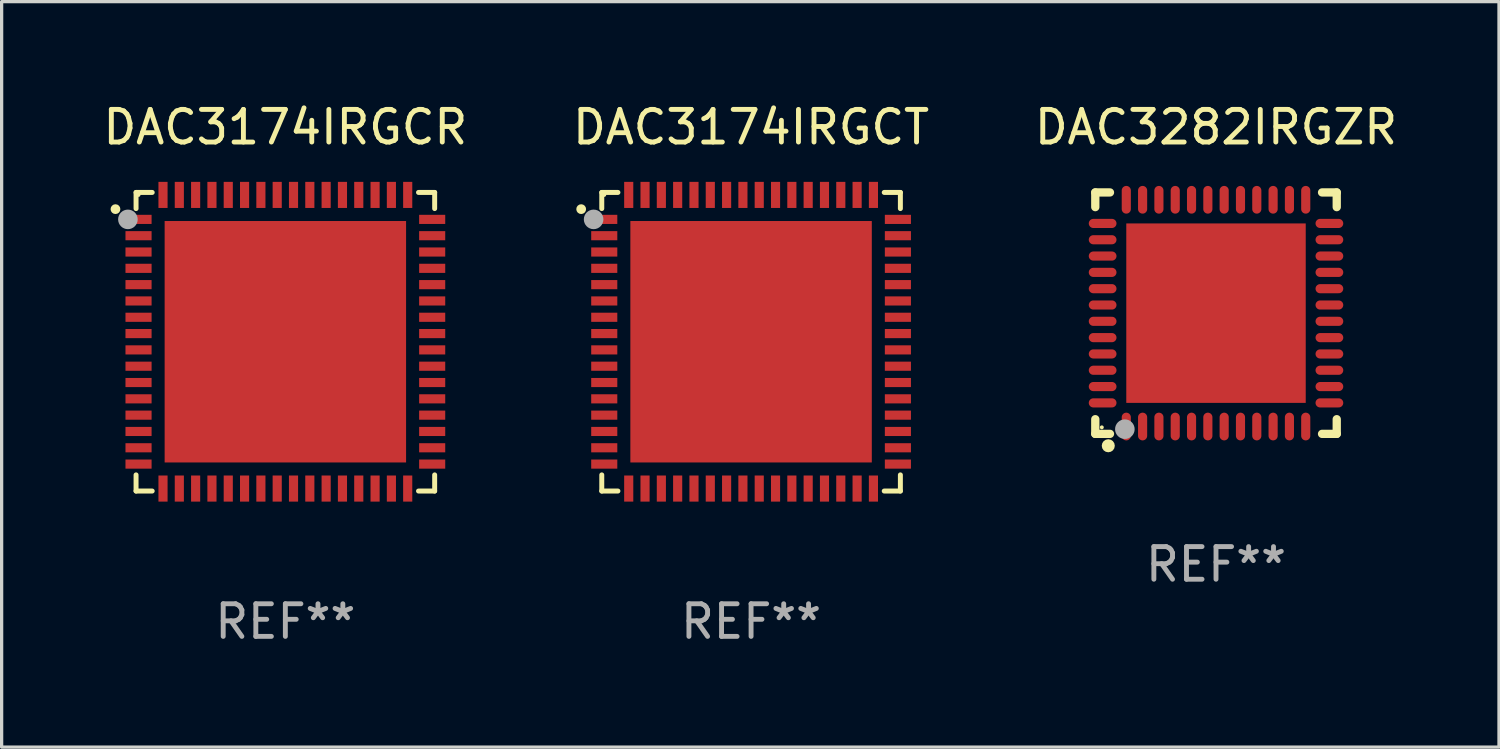
<source format=kicad_pcb>
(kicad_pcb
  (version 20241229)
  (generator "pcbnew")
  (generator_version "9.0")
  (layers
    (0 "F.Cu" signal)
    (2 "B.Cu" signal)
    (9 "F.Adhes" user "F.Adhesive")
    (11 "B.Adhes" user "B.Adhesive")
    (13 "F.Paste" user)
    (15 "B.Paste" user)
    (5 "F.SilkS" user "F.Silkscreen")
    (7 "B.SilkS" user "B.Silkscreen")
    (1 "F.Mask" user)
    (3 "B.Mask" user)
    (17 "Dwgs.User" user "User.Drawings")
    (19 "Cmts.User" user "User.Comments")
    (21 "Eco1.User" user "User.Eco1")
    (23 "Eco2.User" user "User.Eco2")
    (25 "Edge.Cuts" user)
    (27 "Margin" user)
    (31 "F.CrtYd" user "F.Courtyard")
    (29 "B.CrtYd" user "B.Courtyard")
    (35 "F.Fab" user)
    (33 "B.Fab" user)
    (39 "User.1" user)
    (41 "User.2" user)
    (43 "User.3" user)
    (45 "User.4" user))
  (footprint "DAC3174IRGCR"
    (layer "F.Cu")
    (at 5.696 7.424)
    (property "Reference" "DAC3174IRGCR" (at 0 -6.576 0) (layer "F.SilkS") (effects (font (size 1 1) (thickness 0.15))))
    (attr through_hole)
    (fp_line (start -4.576 -4.576) (end -4.576 -4.081) (stroke (width 0.152) (type solid)) (layer "F.SilkS"))
    (fp_line (start -4.576 4.576) (end -4.576 4.081) (stroke (width 0.152) (type solid)) (layer "F.SilkS"))
    (fp_line (start -4.081 -4.576) (end -4.576 -4.576) (stroke (width 0.152) (type solid)) (layer "F.SilkS"))
    (fp_line (start -4.081 4.576) (end -4.576 4.576) (stroke (width 0.152) (type solid)) (layer "F.SilkS"))
    (fp_line (start 4.081 -4.576) (end 4.576 -4.576) (stroke (width 0.152) (type solid)) (layer "F.SilkS"))
    (fp_line (start 4.081 4.576) (end 4.576 4.576) (stroke (width 0.152) (type solid)) (layer "F.SilkS"))
    (fp_line (start 4.576 -4.576) (end 4.576 -4.081) (stroke (width 0.152) (type solid)) (layer "F.SilkS"))
    (fp_line (start 4.576 4.576) (end 4.576 4.081) (stroke (width 0.152) (type solid)) (layer "F.SilkS"))
    (fp_circle (center -5.207 -4.064) (end -5.132 -4.064) (stroke (width 0.15) (type solid)) (fill no) (layer "F.SilkS"))
    (fp_circle (center -4.5 -4.5) (end -4.47 -4.5) (stroke (width 0.06) (type solid)) (fill no) (layer "F.SilkS"))
    (fp_circle (center -4.826 -3.75) (end -4.676 -3.75) (stroke (width 0.3) (type solid)) (fill no) (layer "F.Fab"))
    (fp_text user "REF**" (at 0 8.576 0) (layer "F.Fab") (effects (font (size 1 1) (thickness 0.15))))
    (pad "1" smd rect (at -4.5 -3.75) (size 0.8 0.28) (layers "F.Cu" "F.Mask" "F.Paste"))
    (pad "2" smd rect (at -4.5 -3.25) (size 0.8 0.28) (layers "F.Cu" "F.Mask" "F.Paste"))
    (pad "3" smd rect (at -4.5 -2.75) (size 0.8 0.28) (layers "F.Cu" "F.Mask" "F.Paste"))
    (pad "4" smd rect (at -4.5 -2.25) (size 0.8 0.28) (layers "F.Cu" "F.Mask" "F.Paste"))
    (pad "5" smd rect (at -4.5 -1.75) (size 0.8 0.28) (layers "F.Cu" "F.Mask" "F.Paste"))
    (pad "6" smd rect (at -4.5 -1.25) (size 0.8 0.28) (layers "F.Cu" "F.Mask" "F.Paste"))
    (pad "7" smd rect (at -4.5 -0.75) (size 0.8 0.28) (layers "F.Cu" "F.Mask" "F.Paste"))
    (pad "8" smd rect (at -4.5 -0.25) (size 0.8 0.28) (layers "F.Cu" "F.Mask" "F.Paste"))
    (pad "9" smd rect (at -4.5 0.25) (size 0.8 0.28) (layers "F.Cu" "F.Mask" "F.Paste"))
    (pad "10" smd rect (at -4.5 0.75) (size 0.8 0.28) (layers "F.Cu" "F.Mask" "F.Paste"))
    (pad "11" smd rect (at -4.5 1.25) (size 0.8 0.28) (layers "F.Cu" "F.Mask" "F.Paste"))
    (pad "12" smd rect (at -4.5 1.75) (size 0.8 0.28) (layers "F.Cu" "F.Mask" "F.Paste"))
    (pad "13" smd rect (at -4.5 2.25) (size 0.8 0.28) (layers "F.Cu" "F.Mask" "F.Paste"))
    (pad "14" smd rect (at -4.5 2.75) (size 0.8 0.28) (layers "F.Cu" "F.Mask" "F.Paste"))
    (pad "15" smd rect (at -4.5 3.25) (size 0.8 0.28) (layers "F.Cu" "F.Mask" "F.Paste"))
    (pad "16" smd rect (at -4.5 3.75) (size 0.8 0.28) (layers "F.Cu" "F.Mask" "F.Paste"))
    (pad "17" smd rect (at -3.75 4.5) (size 0.28 0.8) (layers "F.Cu" "F.Mask" "F.Paste"))
    (pad "18" smd rect (at -3.25 4.5) (size 0.28 0.8) (layers "F.Cu" "F.Mask" "F.Paste"))
    (pad "19" smd rect (at -2.75 4.5) (size 0.28 0.8) (layers "F.Cu" "F.Mask" "F.Paste"))
    (pad "20" smd rect (at -2.25 4.5) (size 0.28 0.8) (layers "F.Cu" "F.Mask" "F.Paste"))
    (pad "21" smd rect (at -1.75 4.5) (size 0.28 0.8) (layers "F.Cu" "F.Mask" "F.Paste"))
    (pad "22" smd rect (at -1.25 4.5) (size 0.28 0.8) (layers "F.Cu" "F.Mask" "F.Paste"))
    (pad "23" smd rect (at -0.75 4.5) (size 0.28 0.8) (layers "F.Cu" "F.Mask" "F.Paste"))
    (pad "24" smd rect (at -0.25 4.5) (size 0.28 0.8) (layers "F.Cu" "F.Mask" "F.Paste"))
    (pad "25" smd rect (at 0.25 4.5) (size 0.28 0.8) (layers "F.Cu" "F.Mask" "F.Paste"))
    (pad "26" smd rect (at 0.75 4.5) (size 0.28 0.8) (layers "F.Cu" "F.Mask" "F.Paste"))
    (pad "27" smd rect (at 1.25 4.5) (size 0.28 0.8) (layers "F.Cu" "F.Mask" "F.Paste"))
    (pad "28" smd rect (at 1.75 4.5) (size 0.28 0.8) (layers "F.Cu" "F.Mask" "F.Paste"))
    (pad "29" smd rect (at 2.25 4.5) (size 0.28 0.8) (layers "F.Cu" "F.Mask" "F.Paste"))
    (pad "30" smd rect (at 2.75 4.5) (size 0.28 0.8) (layers "F.Cu" "F.Mask" "F.Paste"))
    (pad "31" smd rect (at 3.25 4.5) (size 0.28 0.8) (layers "F.Cu" "F.Mask" "F.Paste"))
    (pad "32" smd rect (at 3.75 4.5) (size 0.28 0.8) (layers "F.Cu" "F.Mask" "F.Paste"))
    (pad "33" smd rect (at 4.5 3.75) (size 0.8 0.28) (layers "F.Cu" "F.Mask" "F.Paste"))
    (pad "34" smd rect (at 4.5 3.25) (size 0.8 0.28) (layers "F.Cu" "F.Mask" "F.Paste"))
    (pad "35" smd rect (at 4.5 2.75) (size 0.8 0.28) (layers "F.Cu" "F.Mask" "F.Paste"))
    (pad "36" smd rect (at 4.5 2.25) (size 0.8 0.28) (layers "F.Cu" "F.Mask" "F.Paste"))
    (pad "37" smd rect (at 4.5 1.75) (size 0.8 0.28) (layers "F.Cu" "F.Mask" "F.Paste"))
    (pad "38" smd rect (at 4.5 1.25) (size 0.8 0.28) (layers "F.Cu" "F.Mask" "F.Paste"))
    (pad "39" smd rect (at 4.5 0.75) (size 0.8 0.28) (layers "F.Cu" "F.Mask" "F.Paste"))
    (pad "40" smd rect (at 4.5 0.25) (size 0.8 0.28) (layers "F.Cu" "F.Mask" "F.Paste"))
    (pad "41" smd rect (at 4.5 -0.25) (size 0.8 0.28) (layers "F.Cu" "F.Mask" "F.Paste"))
    (pad "42" smd rect (at 4.5 -0.75) (size 0.8 0.28) (layers "F.Cu" "F.Mask" "F.Paste"))
    (pad "43" smd rect (at 4.5 -1.25) (size 0.8 0.28) (layers "F.Cu" "F.Mask" "F.Paste"))
    (pad "44" smd rect (at 4.5 -1.75) (size 0.8 0.28) (layers "F.Cu" "F.Mask" "F.Paste"))
    (pad "45" smd rect (at 4.5 -2.25) (size 0.8 0.28) (layers "F.Cu" "F.Mask" "F.Paste"))
    (pad "46" smd rect (at 4.5 -2.75) (size 0.8 0.28) (layers "F.Cu" "F.Mask" "F.Paste"))
    (pad "47" smd rect (at 4.5 -3.25) (size 0.8 0.28) (layers "F.Cu" "F.Mask" "F.Paste"))
    (pad "48" smd rect (at 4.5 -3.75) (size 0.8 0.28) (layers "F.Cu" "F.Mask" "F.Paste"))
    (pad "49" smd rect (at 3.75 -4.5) (size 0.28 0.8) (layers "F.Cu" "F.Mask" "F.Paste"))
    (pad "50" smd rect (at 3.25 -4.5) (size 0.28 0.8) (layers "F.Cu" "F.Mask" "F.Paste"))
    (pad "51" smd rect (at 2.75 -4.5) (size 0.28 0.8) (layers "F.Cu" "F.Mask" "F.Paste"))
    (pad "52" smd rect (at 2.25 -4.5) (size 0.28 0.8) (layers "F.Cu" "F.Mask" "F.Paste"))
    (pad "53" smd rect (at 1.75 -4.5) (size 0.28 0.8) (layers "F.Cu" "F.Mask" "F.Paste"))
    (pad "54" smd rect (at 1.25 -4.5) (size 0.28 0.8) (layers "F.Cu" "F.Mask" "F.Paste"))
    (pad "55" smd rect (at 0.75 -4.5) (size 0.28 0.8) (layers "F.Cu" "F.Mask" "F.Paste"))
    (pad "56" smd rect (at 0.25 -4.5) (size 0.28 0.8) (layers "F.Cu" "F.Mask" "F.Paste"))
    (pad "57" smd rect (at -0.25 -4.5) (size 0.28 0.8) (layers "F.Cu" "F.Mask" "F.Paste"))
    (pad "58" smd rect (at -0.75 -4.5) (size 0.28 0.8) (layers "F.Cu" "F.Mask" "F.Paste"))
    (pad "59" smd rect (at -1.25 -4.5) (size 0.28 0.8) (layers "F.Cu" "F.Mask" "F.Paste"))
    (pad "60" smd rect (at -1.75 -4.5) (size 0.28 0.8) (layers "F.Cu" "F.Mask" "F.Paste"))
    (pad "61" smd rect (at -2.25 -4.5) (size 0.28 0.8) (layers "F.Cu" "F.Mask" "F.Paste"))
    (pad "62" smd rect (at -2.75 -4.5) (size 0.28 0.8) (layers "F.Cu" "F.Mask" "F.Paste"))
    (pad "63" smd rect (at -3.25 -4.5) (size 0.28 0.8) (layers "F.Cu" "F.Mask" "F.Paste"))
    (pad "64" smd rect (at -3.75 -4.5) (size 0.28 0.8) (layers "F.Cu" "F.Mask" "F.Paste"))
    (pad "65" smd rect (at 0 0) (size 7.4 7.4) (layers "F.Cu" "F.Mask" "F.Paste")))
  (footprint "DAC3174IRGCT"
    (layer "F.Cu")
    (at 19.97 7.424)
    (property "Reference" "DAC3174IRGCT" (at 0 -6.576 0) (layer "F.SilkS") (effects (font (size 1 1) (thickness 0.15))))
    (attr through_hole)
    (fp_line (start -4.576 -4.576) (end -4.576 -4.081) (stroke (width 0.152) (type solid)) (layer "F.SilkS"))
    (fp_line (start -4.576 4.576) (end -4.576 4.081) (stroke (width 0.152) (type solid)) (layer "F.SilkS"))
    (fp_line (start -4.081 -4.576) (end -4.576 -4.576) (stroke (width 0.152) (type solid)) (layer "F.SilkS"))
    (fp_line (start -4.081 4.576) (end -4.576 4.576) (stroke (width 0.152) (type solid)) (layer "F.SilkS"))
    (fp_line (start 4.081 -4.576) (end 4.576 -4.576) (stroke (width 0.152) (type solid)) (layer "F.SilkS"))
    (fp_line (start 4.081 4.576) (end 4.576 4.576) (stroke (width 0.152) (type solid)) (layer "F.SilkS"))
    (fp_line (start 4.576 -4.576) (end 4.576 -4.081) (stroke (width 0.152) (type solid)) (layer "F.SilkS"))
    (fp_line (start 4.576 4.576) (end 4.576 4.081) (stroke (width 0.152) (type solid)) (layer "F.SilkS"))
    (fp_circle (center -5.207 -4.064) (end -5.132 -4.064) (stroke (width 0.15) (type solid)) (fill no) (layer "F.SilkS"))
    (fp_circle (center -4.5 -4.5) (end -4.47 -4.5) (stroke (width 0.06) (type solid)) (fill no) (layer "F.SilkS"))
    (fp_circle (center -4.826 -3.75) (end -4.676 -3.75) (stroke (width 0.3) (type solid)) (fill no) (layer "F.Fab"))
    (fp_text user "REF**" (at 0 8.576 0) (layer "F.Fab") (effects (font (size 1 1) (thickness 0.15))))
    (pad "1" smd rect (at -4.5 -3.75) (size 0.8 0.28) (layers "F.Cu" "F.Mask" "F.Paste"))
    (pad "2" smd rect (at -4.5 -3.25) (size 0.8 0.28) (layers "F.Cu" "F.Mask" "F.Paste"))
    (pad "3" smd rect (at -4.5 -2.75) (size 0.8 0.28) (layers "F.Cu" "F.Mask" "F.Paste"))
    (pad "4" smd rect (at -4.5 -2.25) (size 0.8 0.28) (layers "F.Cu" "F.Mask" "F.Paste"))
    (pad "5" smd rect (at -4.5 -1.75) (size 0.8 0.28) (layers "F.Cu" "F.Mask" "F.Paste"))
    (pad "6" smd rect (at -4.5 -1.25) (size 0.8 0.28) (layers "F.Cu" "F.Mask" "F.Paste"))
    (pad "7" smd rect (at -4.5 -0.75) (size 0.8 0.28) (layers "F.Cu" "F.Mask" "F.Paste"))
    (pad "8" smd rect (at -4.5 -0.25) (size 0.8 0.28) (layers "F.Cu" "F.Mask" "F.Paste"))
    (pad "9" smd rect (at -4.5 0.25) (size 0.8 0.28) (layers "F.Cu" "F.Mask" "F.Paste"))
    (pad "10" smd rect (at -4.5 0.75) (size 0.8 0.28) (layers "F.Cu" "F.Mask" "F.Paste"))
    (pad "11" smd rect (at -4.5 1.25) (size 0.8 0.28) (layers "F.Cu" "F.Mask" "F.Paste"))
    (pad "12" smd rect (at -4.5 1.75) (size 0.8 0.28) (layers "F.Cu" "F.Mask" "F.Paste"))
    (pad "13" smd rect (at -4.5 2.25) (size 0.8 0.28) (layers "F.Cu" "F.Mask" "F.Paste"))
    (pad "14" smd rect (at -4.5 2.75) (size 0.8 0.28) (layers "F.Cu" "F.Mask" "F.Paste"))
    (pad "15" smd rect (at -4.5 3.25) (size 0.8 0.28) (layers "F.Cu" "F.Mask" "F.Paste"))
    (pad "16" smd rect (at -4.5 3.75) (size 0.8 0.28) (layers "F.Cu" "F.Mask" "F.Paste"))
    (pad "17" smd rect (at -3.75 4.5) (size 0.28 0.8) (layers "F.Cu" "F.Mask" "F.Paste"))
    (pad "18" smd rect (at -3.25 4.5) (size 0.28 0.8) (layers "F.Cu" "F.Mask" "F.Paste"))
    (pad "19" smd rect (at -2.75 4.5) (size 0.28 0.8) (layers "F.Cu" "F.Mask" "F.Paste"))
    (pad "20" smd rect (at -2.25 4.5) (size 0.28 0.8) (layers "F.Cu" "F.Mask" "F.Paste"))
    (pad "21" smd rect (at -1.75 4.5) (size 0.28 0.8) (layers "F.Cu" "F.Mask" "F.Paste"))
    (pad "22" smd rect (at -1.25 4.5) (size 0.28 0.8) (layers "F.Cu" "F.Mask" "F.Paste"))
    (pad "23" smd rect (at -0.75 4.5) (size 0.28 0.8) (layers "F.Cu" "F.Mask" "F.Paste"))
    (pad "24" smd rect (at -0.25 4.5) (size 0.28 0.8) (layers "F.Cu" "F.Mask" "F.Paste"))
    (pad "25" smd rect (at 0.25 4.5) (size 0.28 0.8) (layers "F.Cu" "F.Mask" "F.Paste"))
    (pad "26" smd rect (at 0.75 4.5) (size 0.28 0.8) (layers "F.Cu" "F.Mask" "F.Paste"))
    (pad "27" smd rect (at 1.25 4.5) (size 0.28 0.8) (layers "F.Cu" "F.Mask" "F.Paste"))
    (pad "28" smd rect (at 1.75 4.5) (size 0.28 0.8) (layers "F.Cu" "F.Mask" "F.Paste"))
    (pad "29" smd rect (at 2.25 4.5) (size 0.28 0.8) (layers "F.Cu" "F.Mask" "F.Paste"))
    (pad "30" smd rect (at 2.75 4.5) (size 0.28 0.8) (layers "F.Cu" "F.Mask" "F.Paste"))
    (pad "31" smd rect (at 3.25 4.5) (size 0.28 0.8) (layers "F.Cu" "F.Mask" "F.Paste"))
    (pad "32" smd rect (at 3.75 4.5) (size 0.28 0.8) (layers "F.Cu" "F.Mask" "F.Paste"))
    (pad "33" smd rect (at 4.5 3.75) (size 0.8 0.28) (layers "F.Cu" "F.Mask" "F.Paste"))
    (pad "34" smd rect (at 4.5 3.25) (size 0.8 0.28) (layers "F.Cu" "F.Mask" "F.Paste"))
    (pad "35" smd rect (at 4.5 2.75) (size 0.8 0.28) (layers "F.Cu" "F.Mask" "F.Paste"))
    (pad "36" smd rect (at 4.5 2.25) (size 0.8 0.28) (layers "F.Cu" "F.Mask" "F.Paste"))
    (pad "37" smd rect (at 4.5 1.75) (size 0.8 0.28) (layers "F.Cu" "F.Mask" "F.Paste"))
    (pad "38" smd rect (at 4.5 1.25) (size 0.8 0.28) (layers "F.Cu" "F.Mask" "F.Paste"))
    (pad "39" smd rect (at 4.5 0.75) (size 0.8 0.28) (layers "F.Cu" "F.Mask" "F.Paste"))
    (pad "40" smd rect (at 4.5 0.25) (size 0.8 0.28) (layers "F.Cu" "F.Mask" "F.Paste"))
    (pad "41" smd rect (at 4.5 -0.25) (size 0.8 0.28) (layers "F.Cu" "F.Mask" "F.Paste"))
    (pad "42" smd rect (at 4.5 -0.75) (size 0.8 0.28) (layers "F.Cu" "F.Mask" "F.Paste"))
    (pad "43" smd rect (at 4.5 -1.25) (size 0.8 0.28) (layers "F.Cu" "F.Mask" "F.Paste"))
    (pad "44" smd rect (at 4.5 -1.75) (size 0.8 0.28) (layers "F.Cu" "F.Mask" "F.Paste"))
    (pad "45" smd rect (at 4.5 -2.25) (size 0.8 0.28) (layers "F.Cu" "F.Mask" "F.Paste"))
    (pad "46" smd rect (at 4.5 -2.75) (size 0.8 0.28) (layers "F.Cu" "F.Mask" "F.Paste"))
    (pad "47" smd rect (at 4.5 -3.25) (size 0.8 0.28) (layers "F.Cu" "F.Mask" "F.Paste"))
    (pad "48" smd rect (at 4.5 -3.75) (size 0.8 0.28) (layers "F.Cu" "F.Mask" "F.Paste"))
    (pad "49" smd rect (at 3.75 -4.5) (size 0.28 0.8) (layers "F.Cu" "F.Mask" "F.Paste"))
    (pad "50" smd rect (at 3.25 -4.5) (size 0.28 0.8) (layers "F.Cu" "F.Mask" "F.Paste"))
    (pad "51" smd rect (at 2.75 -4.5) (size 0.28 0.8) (layers "F.Cu" "F.Mask" "F.Paste"))
    (pad "52" smd rect (at 2.25 -4.5) (size 0.28 0.8) (layers "F.Cu" "F.Mask" "F.Paste"))
    (pad "53" smd rect (at 1.75 -4.5) (size 0.28 0.8) (layers "F.Cu" "F.Mask" "F.Paste"))
    (pad "54" smd rect (at 1.25 -4.5) (size 0.28 0.8) (layers "F.Cu" "F.Mask" "F.Paste"))
    (pad "55" smd rect (at 0.75 -4.5) (size 0.28 0.8) (layers "F.Cu" "F.Mask" "F.Paste"))
    (pad "56" smd rect (at 0.25 -4.5) (size 0.28 0.8) (layers "F.Cu" "F.Mask" "F.Paste"))
    (pad "57" smd rect (at -0.25 -4.5) (size 0.28 0.8) (layers "F.Cu" "F.Mask" "F.Paste"))
    (pad "58" smd rect (at -0.75 -4.5) (size 0.28 0.8) (layers "F.Cu" "F.Mask" "F.Paste"))
    (pad "59" smd rect (at -1.25 -4.5) (size 0.28 0.8) (layers "F.Cu" "F.Mask" "F.Paste"))
    (pad "60" smd rect (at -1.75 -4.5) (size 0.28 0.8) (layers "F.Cu" "F.Mask" "F.Paste"))
    (pad "61" smd rect (at -2.25 -4.5) (size 0.28 0.8) (layers "F.Cu" "F.Mask" "F.Paste"))
    (pad "62" smd rect (at -2.75 -4.5) (size 0.28 0.8) (layers "F.Cu" "F.Mask" "F.Paste"))
    (pad "63" smd rect (at -3.25 -4.5) (size 0.28 0.8) (layers "F.Cu" "F.Mask" "F.Paste"))
    (pad "64" smd rect (at -3.75 -4.5) (size 0.28 0.8) (layers "F.Cu" "F.Mask" "F.Paste"))
    (pad "65" smd rect (at 0 0) (size 7.4 7.4) (layers "F.Cu" "F.Mask" "F.Paste")))
  (footprint "DAC3282IRGZR"
    (layer "F.Cu")
    (at 34.22 6.548)
    (property "Reference" "DAC3282IRGZR" (at 0 -5.7 0) (layer "F.SilkS") (effects (font (size 1 1) (thickness 0.15))))
    (attr through_hole)
    (fp_line (start -3.7 -3.7) (end -3.25 -3.7) (stroke (width 0.254) (type solid)) (layer "F.SilkS"))
    (fp_line (start -3.7 -3.25) (end -3.7 -3.7) (stroke (width 0.254) (type solid)) (layer "F.SilkS"))
    (fp_line (start -3.7 3.7) (end -3.7 3.25) (stroke (width 0.254) (type solid)) (layer "F.SilkS"))
    (fp_line (start -3.25 3.7) (end -3.7 3.7) (stroke (width 0.254) (type solid)) (layer "F.SilkS"))
    (fp_line (start 3.25 3.7) (end 3.7 3.7) (stroke (width 0.254) (type solid)) (layer "F.SilkS"))
    (fp_line (start 3.7 -3.7) (end 3.25 -3.7) (stroke (width 0.254) (type solid)) (layer "F.SilkS"))
    (fp_line (start 3.7 -3.25) (end 3.7 -3.7) (stroke (width 0.254) (type solid)) (layer "F.SilkS"))
    (fp_line (start 3.7 3.7) (end 3.7 3.25) (stroke (width 0.254) (type solid)) (layer "F.SilkS"))
    (fp_circle (center -3.5 3.5) (end -3.47 3.5) (stroke (width 0.06) (type solid)) (fill no) (layer "F.SilkS"))
    (fp_circle (center -3.302 4.064) (end -3.202 4.064) (stroke (width 0.2) (type solid)) (fill no) (layer "F.SilkS"))
    (fp_circle (center -2.794 3.556) (end -2.644 3.556) (stroke (width 0.3) (type solid)) (fill no) (layer "F.Fab"))
    (fp_text user "REF**" (at 0 7.7 0) (layer "F.Fab") (effects (font (size 1 1) (thickness 0.15))))
    (pad "1" smd oval (at -2.75 3.475) (size 0.28 0.85) (layers "F.Cu" "F.Mask" "F.Paste"))
    (pad "2" smd oval (at -2.25 3.475) (size 0.28 0.85) (layers "F.Cu" "F.Mask" "F.Paste"))
    (pad "3" smd oval (at -1.75 3.475) (size 0.28 0.85) (layers "F.Cu" "F.Mask" "F.Paste"))
    (pad "4" smd oval (at -1.25 3.475) (size 0.28 0.85) (layers "F.Cu" "F.Mask" "F.Paste"))
    (pad "5" smd oval (at -0.75 3.475) (size 0.28 0.85) (layers "F.Cu" "F.Mask" "F.Paste"))
    (pad "6" smd oval (at -0.25 3.475) (size 0.28 0.85) (layers "F.Cu" "F.Mask" "F.Paste"))
    (pad "7" smd oval (at 0.25 3.475) (size 0.28 0.85) (layers "F.Cu" "F.Mask" "F.Paste"))
    (pad "8" smd oval (at 0.75 3.475) (size 0.28 0.85) (layers "F.Cu" "F.Mask" "F.Paste"))
    (pad "9" smd oval (at 1.25 3.475) (size 0.28 0.85) (layers "F.Cu" "F.Mask" "F.Paste"))
    (pad "10" smd oval (at 1.75 3.475) (size 0.28 0.85) (layers "F.Cu" "F.Mask" "F.Paste"))
    (pad "11" smd oval (at 2.25 3.475) (size 0.28 0.85) (layers "F.Cu" "F.Mask" "F.Paste"))
    (pad "12" smd oval (at 2.75 3.475) (size 0.28 0.85) (layers "F.Cu" "F.Mask" "F.Paste"))
    (pad "13" smd oval (at 3.475 2.75) (size 0.85 0.28) (layers "F.Cu" "F.Mask" "F.Paste"))
    (pad "14" smd oval (at 3.475 2.25) (size 0.85 0.28) (layers "F.Cu" "F.Mask" "F.Paste"))
    (pad "15" smd oval (at 3.475 1.75) (size 0.85 0.28) (layers "F.Cu" "F.Mask" "F.Paste"))
    (pad "16" smd oval (at 3.475 1.25) (size 0.85 0.28) (layers "F.Cu" "F.Mask" "F.Paste"))
    (pad "17" smd oval (at 3.475 0.75) (size 0.85 0.28) (layers "F.Cu" "F.Mask" "F.Paste"))
    (pad "18" smd oval (at 3.475 0.25) (size 0.85 0.28) (layers "F.Cu" "F.Mask" "F.Paste"))
    (pad "19" smd oval (at 3.475 -0.25) (size 0.85 0.28) (layers "F.Cu" "F.Mask" "F.Paste"))
    (pad "20" smd oval (at 3.475 -0.75) (size 0.85 0.28) (layers "F.Cu" "F.Mask" "F.Paste"))
    (pad "21" smd oval (at 3.475 -1.25) (size 0.85 0.28) (layers "F.Cu" "F.Mask" "F.Paste"))
    (pad "22" smd oval (at 3.475 -1.75) (size 0.85 0.28) (layers "F.Cu" "F.Mask" "F.Paste"))
    (pad "23" smd oval (at 3.475 -2.25) (size 0.85 0.28) (layers "F.Cu" "F.Mask" "F.Paste"))
    (pad "24" smd oval (at 3.475 -2.75) (size 0.85 0.28) (layers "F.Cu" "F.Mask" "F.Paste"))
    (pad "25" smd oval (at 2.75 -3.475) (size 0.28 0.85) (layers "F.Cu" "F.Mask" "F.Paste"))
    (pad "26" smd oval (at 2.25 -3.475) (size 0.28 0.85) (layers "F.Cu" "F.Mask" "F.Paste"))
    (pad "27" smd oval (at 1.75 -3.475) (size 0.28 0.85) (layers "F.Cu" "F.Mask" "F.Paste"))
    (pad "28" smd oval (at 1.25 -3.475) (size 0.28 0.85) (layers "F.Cu" "F.Mask" "F.Paste"))
    (pad "29" smd oval (at 0.75 -3.475) (size 0.28 0.85) (layers "F.Cu" "F.Mask" "F.Paste"))
    (pad "30" smd oval (at 0.25 -3.475) (size 0.28 0.85) (layers "F.Cu" "F.Mask" "F.Paste"))
    (pad "31" smd oval (at -0.25 -3.475) (size 0.28 0.85) (layers "F.Cu" "F.Mask" "F.Paste"))
    (pad "32" smd oval (at -0.75 -3.475) (size 0.28 0.85) (layers "F.Cu" "F.Mask" "F.Paste"))
    (pad "33" smd oval (at -1.25 -3.475) (size 0.28 0.85) (layers "F.Cu" "F.Mask" "F.Paste"))
    (pad "34" smd oval (at -1.75 -3.475) (size 0.28 0.85) (layers "F.Cu" "F.Mask" "F.Paste"))
    (pad "35" smd oval (at -2.25 -3.475) (size 0.28 0.85) (layers "F.Cu" "F.Mask" "F.Paste"))
    (pad "36" smd oval (at -2.75 -3.475) (size 0.28 0.85) (layers "F.Cu" "F.Mask" "F.Paste"))
    (pad "37" smd oval (at -3.475 -2.75) (size 0.85 0.28) (layers "F.Cu" "F.Mask" "F.Paste"))
    (pad "38" smd oval (at -3.475 -2.25) (size 0.85 0.28) (layers "F.Cu" "F.Mask" "F.Paste"))
    (pad "39" smd oval (at -3.475 -1.75) (size 0.85 0.28) (layers "F.Cu" "F.Mask" "F.Paste"))
    (pad "40" smd oval (at -3.475 -1.25) (size 0.85 0.28) (layers "F.Cu" "F.Mask" "F.Paste"))
    (pad "41" smd oval (at -3.475 -0.75) (size 0.85 0.28) (layers "F.Cu" "F.Mask" "F.Paste"))
    (pad "42" smd oval (at -3.475 -0.25) (size 0.85 0.28) (layers "F.Cu" "F.Mask" "F.Paste"))
    (pad "43" smd oval (at -3.475 0.25) (size 0.85 0.28) (layers "F.Cu" "F.Mask" "F.Paste"))
    (pad "44" smd oval (at -3.475 0.75) (size 0.85 0.28) (layers "F.Cu" "F.Mask" "F.Paste"))
    (pad "45" smd oval (at -3.475 1.25) (size 0.85 0.28) (layers "F.Cu" "F.Mask" "F.Paste"))
    (pad "46" smd oval (at -3.475 1.75) (size 0.85 0.28) (layers "F.Cu" "F.Mask" "F.Paste"))
    (pad "47" smd oval (at -3.475 2.25) (size 0.85 0.28) (layers "F.Cu" "F.Mask" "F.Paste"))
    (pad "48" smd oval (at -3.475 2.75) (size 0.85 0.28) (layers "F.Cu" "F.Mask" "F.Paste"))
    (pad "49" smd rect (at -0.000102 0.000102) (size 5.5 5.5) (layers "F.Cu" "F.Mask" "F.Paste")))
  (gr_rect
    (start -3 -3)
    (end 42.893 19.849)
    (stroke (width 0.1) (type default))
    (fill no)
    (layer "Edge.Cuts")))
</source>
